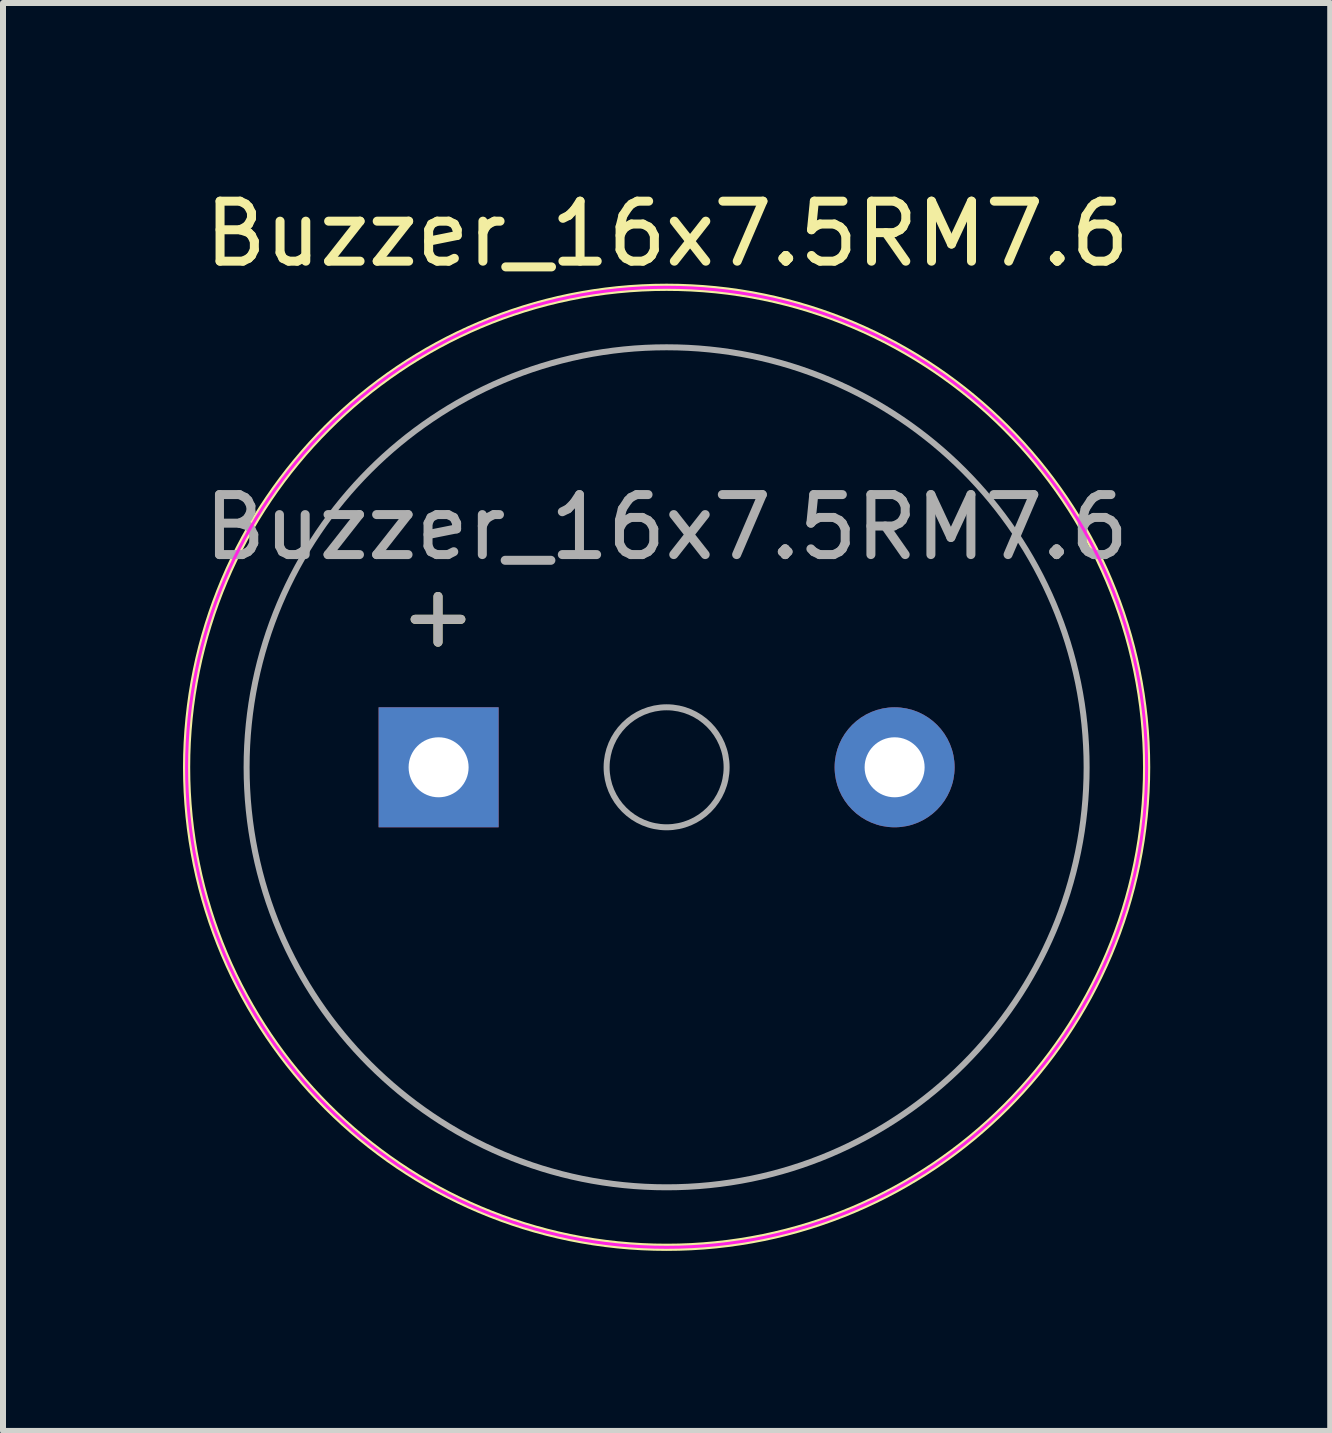
<source format=kicad_pcb>
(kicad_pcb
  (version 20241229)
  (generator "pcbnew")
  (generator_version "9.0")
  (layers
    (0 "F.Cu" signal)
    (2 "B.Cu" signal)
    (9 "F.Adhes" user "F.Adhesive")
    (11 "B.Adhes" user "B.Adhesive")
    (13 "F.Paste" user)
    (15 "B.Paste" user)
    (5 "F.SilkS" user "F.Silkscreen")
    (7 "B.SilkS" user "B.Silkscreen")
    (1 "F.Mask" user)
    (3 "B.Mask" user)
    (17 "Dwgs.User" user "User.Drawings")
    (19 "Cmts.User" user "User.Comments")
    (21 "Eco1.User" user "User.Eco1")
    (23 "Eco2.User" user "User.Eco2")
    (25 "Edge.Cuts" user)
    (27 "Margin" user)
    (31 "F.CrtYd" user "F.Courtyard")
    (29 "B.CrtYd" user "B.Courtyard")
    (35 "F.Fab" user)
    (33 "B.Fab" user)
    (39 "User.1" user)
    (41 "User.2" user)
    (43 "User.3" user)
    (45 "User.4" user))
  (footprint "Buzzer_16x7.5RM7.6"
    (layer "F.Cu")
    (at 4.26 9.738)
    (property "Reference" "Buzzer_16x7.5RM7.6" (at 3.81 -8.89 0) (layer "F.SilkS") (effects (font (size 1 1) (thickness 0.15))))
    (attr through_hole)
    (fp_circle (center 3.8 0) (end 11.8 0) (stroke (width 0.12) (type solid)) (fill no) (layer "F.SilkS"))
    (fp_circle (center 3.8 0) (end 11.8 0) (stroke (width 0.05) (type solid)) (fill no) (layer "F.CrtYd"))
    (fp_circle (center 3.8 0) (end 4.8 0) (stroke (width 0.1) (type solid)) (fill no) (layer "F.Fab"))
    (fp_circle (center 3.8 0) (end 10.8 0) (stroke (width 0.1) (type solid)) (fill no) (layer "F.Fab"))
    (fp_text user "+" (at -0.01 -2.54 0) (layer "F.SilkS") (effects (font (size 1 1) (thickness 0.15))))
    (fp_text user "+" (at -0.01 -2.54 0) (layer "F.Fab") (effects (font (size 1 1) (thickness 0.15))))
    (fp_text user "${REFERENCE}" (at 3.8 -4 0) (layer "F.Fab") (effects (font (size 1 1) (thickness 0.15))))
    (pad "1" thru_hole rect (at 0 0) (size 2 2) (drill 1) (layers "*.Cu" "*.Mask"))
    (pad "2" thru_hole circle (at 7.6 0) (size 2 2) (drill 1) (layers "*.Cu" "*.Mask")))
  (gr_rect
    (start -3 -3)
    (end 19.12 20.798)
    (stroke (width 0.1) (type default))
    (fill no)
    (layer "Edge.Cuts")))
</source>
